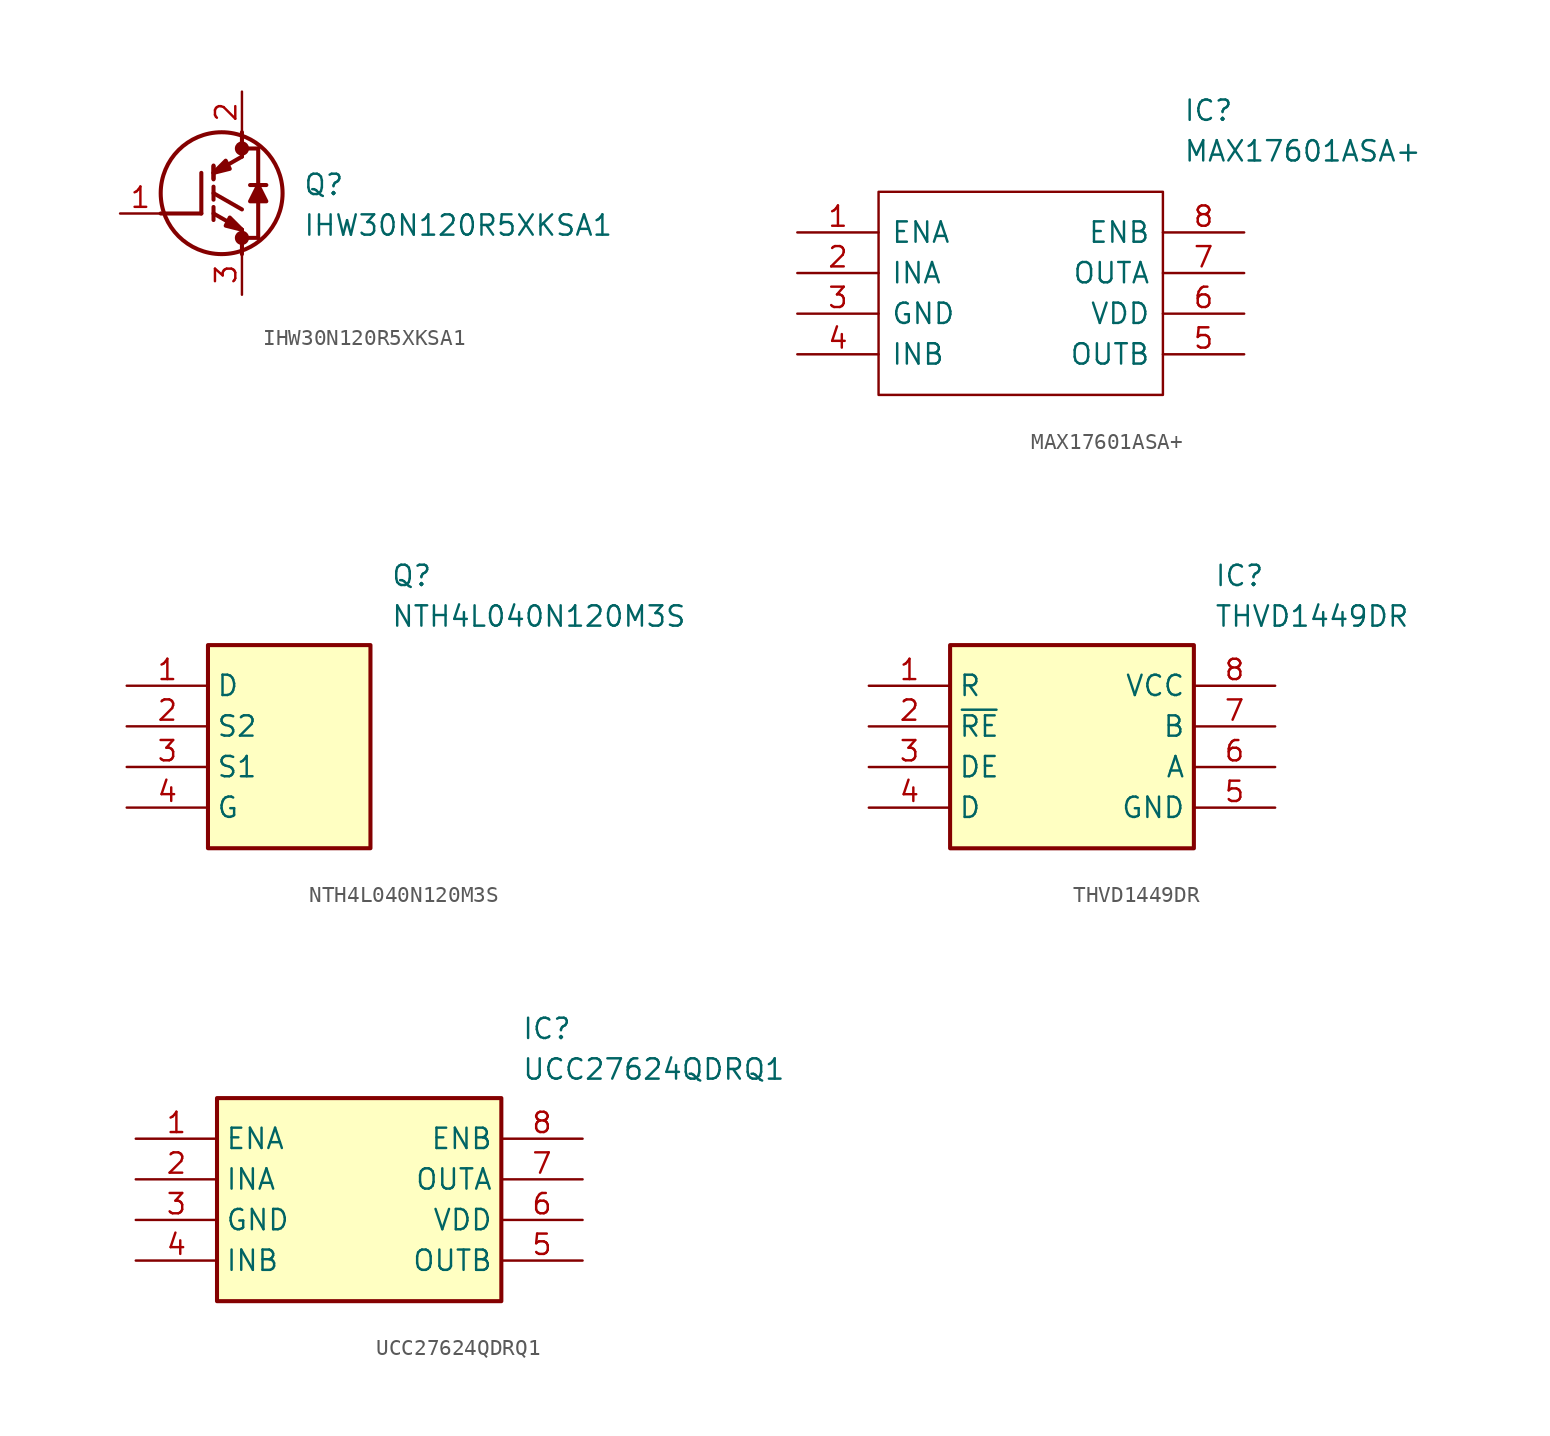
<source format=kicad_sym>
(kicad_symbol_lib
  (version 20220914)
  (generator kicad_symbol_editor)
  (symbol "IHW30N120R5XKSA1"
    (pin_names hide)
    (property "Reference" "Q"
      (at 11.43 2.54 0)
      (effects (font (size 1.27 1.27)) (justify left top)))
    (property "Value" "IHW30N120R5XKSA1"
      (at 11.43 0 0)
      (effects (font (size 1.27 1.27)) (justify left top)))
    (symbol "IHW30N120R5XKSA1_1_1"
      (polyline (pts (xy 2.54 0) (xy 5.08 0)) (stroke (width 0.254) (type default)) (fill (type none)))
      (polyline (pts (xy 5.08 2.54) (xy 5.08 0)) (stroke (width 0.254) (type default)) (fill (type none)))
      (polyline (pts (xy 5.842 -0.406) (xy 5.842 0.406)) (stroke (width 0.254) (type default)) (fill (type none)))
      (polyline (pts (xy 5.842 0) (xy 7.62 -1.016)) (stroke (width 0.254) (type default)) (fill (type none)))
      (polyline (pts (xy 5.842 0.864) (xy 5.842 1.676)) (stroke (width 0.254) (type default)) (fill (type none)))
      (polyline (pts (xy 5.842 1.27) (xy 7.62 0.254)) (stroke (width 0.254) (type default)) (fill (type none)))
      (polyline (pts (xy 5.842 2.134) (xy 5.842 2.946)) (stroke (width 0.254) (type default)) (fill (type none)))
      (polyline (pts (xy 5.842 2.184) (xy 5.842 2.997)) (stroke (width 0.254) (type default)) (fill (type none)))
      (polyline (pts (xy 7.62 -1.524) (xy 8.636 -1.524)) (stroke (width 0.254) (type default)) (fill (type none)))
      (polyline (pts (xy 7.62 -1.016) (xy 7.62 -2.54)) (stroke (width 0.254) (type default)) (fill (type none)))
      (polyline (pts (xy 7.62 3.556) (xy 5.842 2.54)) (stroke (width 0.254) (type default)) (fill (type none)))
      (polyline (pts (xy 7.62 3.556) (xy 7.62 5.08)) (stroke (width 0.254) (type default)) (fill (type none)))
      (polyline (pts (xy 7.62 4.064) (xy 8.636 4.064)) (stroke (width 0.254) (type default)) (fill (type none)))
      (polyline (pts (xy 8.128 1.778) (xy 9.144 1.778)) (stroke (width 0.254) (type default)) (fill (type none)))
      (polyline (pts (xy 8.636 0.762) (xy 8.636 -1.524)) (stroke (width 0.254) (type default)) (fill (type none)))
      (polyline (pts (xy 8.636 1.778) (xy 8.636 4.064)) (stroke (width 0.254) (type default)) (fill (type none)))
      (polyline (pts (xy 6.604 -0.762) (xy 6.858 -0.254) (xy 7.62 -1.016) (xy 6.604 -0.762)) (stroke (width 0.254) (type default)) (fill (type outline)))
      (polyline (pts (xy 6.858 2.794) (xy 6.604 3.302) (xy 5.842 2.54) (xy 6.858 2.794)) (stroke (width 0.254) (type default)) (fill (type outline)))
      (polyline (pts (xy 8.636 1.778) (xy 8.128 0.762) (xy 9.144 0.762) (xy 8.636 1.778)) (stroke (width 0.254) (type default)) (fill (type outline)))
      (circle (center 6.35 1.27) (radius 3.81) (stroke (width 0.254) (type default)) (fill (type none)))
      (circle (center 7.62 -1.524) (radius 0.254) (stroke (width 0.381) (type default)) (fill (type none)))
      (circle (center 7.62 4.064) (radius 0.254) (stroke (width 0.381) (type default)) (fill (type none)))
      (pin passive line (at 0 0 0) (length 2.54) (name "G" (effects (font (size 1.27 1.27)))) (number "1" (effects (font (size 1.27 1.27)))))
      (pin passive line (at 7.62 7.62 270) (length 2.54) (name "C" (effects (font (size 1.27 1.27)))) (number "2" (effects (font (size 1.27 1.27)))))
      (pin passive line (at 7.62 -5.08 90) (length 2.54) (name "E" (effects (font (size 1.27 1.27)))) (number "3" (effects (font (size 1.27 1.27)))))))
  (symbol "MAX17601ASA+"
    (pin_names
      (offset 0.762))
    (property "Reference" "IC"
      (at 24.13 7.62 0)
      (effects (font (size 1.27 1.27)) (justify left)))
    (property "Value" "MAX17601ASA+"
      (at 24.13 5.08 0)
      (effects (font (size 1.27 1.27)) (justify left)))
    (symbol "MAX17601ASA+_0_0"
      (pin input line (at 0 0 0) (length 5.08) (name "ENA" (effects (font (size 1.27 1.27)))) (number "1" (effects (font (size 1.27 1.27)))))
      (pin input line (at 0 -2.54 0) (length 5.08) (name "INA" (effects (font (size 1.27 1.27)))) (number "2" (effects (font (size 1.27 1.27)))))
      (pin power_in line (at 0 -5.08 0) (length 5.08) (name "GND" (effects (font (size 1.27 1.27)))) (number "3" (effects (font (size 1.27 1.27)))))
      (pin input line (at 0 -7.62 0) (length 5.08) (name "INB" (effects (font (size 1.27 1.27)))) (number "4" (effects (font (size 1.27 1.27)))))
      (pin bidirectional line (at 27.94 -7.62 180) (length 5.08) (name "OUTB" (effects (font (size 1.27 1.27)))) (number "5" (effects (font (size 1.27 1.27)))))
      (pin power_in line (at 27.94 -5.08 180) (length 5.08) (name "VDD" (effects (font (size 1.27 1.27)))) (number "6" (effects (font (size 1.27 1.27)))))
      (pin bidirectional line (at 27.94 -2.54 180) (length 5.08) (name "OUTA" (effects (font (size 1.27 1.27)))) (number "7" (effects (font (size 1.27 1.27)))))
      (pin input line (at 27.94 0 180) (length 5.08) (name "ENB" (effects (font (size 1.27 1.27)))) (number "8" (effects (font (size 1.27 1.27))))))
    (symbol "MAX17601ASA+_0_1"
      (polyline (pts (xy 5.08 2.54) (xy 22.86 2.54) (xy 22.86 -10.16) (xy 5.08 -10.16) (xy 5.08 2.54)) (stroke (width 0.152) (type solid)) (fill (type none)))))
  (symbol "NTH4L040N120M3S"
    (property "Reference" "Q"
      (at 16.51 7.62 0)
      (effects (font (size 1.27 1.27)) (justify left top)))
    (property "Value" "NTH4L040N120M3S"
      (at 16.51 5.08 0)
      (effects (font (size 1.27 1.27)) (justify left top)))
    (symbol "NTH4L040N120M3S_1_1"
      (rectangle (start 5.08 2.54) (end 15.24 -10.16) (stroke (width 0.254) (type default)) (fill (type background)))
      (pin passive line (at 0 0 0) (length 5.08) (name "D" (effects (font (size 1.27 1.27)))) (number "1" (effects (font (size 1.27 1.27)))))
      (pin passive line (at 0 -2.54 0) (length 5.08) (name "S2" (effects (font (size 1.27 1.27)))) (number "2" (effects (font (size 1.27 1.27)))))
      (pin passive line (at 0 -5.08 0) (length 5.08) (name "S1" (effects (font (size 1.27 1.27)))) (number "3" (effects (font (size 1.27 1.27)))))
      (pin passive line (at 0 -7.62 0) (length 5.08) (name "G" (effects (font (size 1.27 1.27)))) (number "4" (effects (font (size 1.27 1.27)))))))
  (symbol "THVD1449DR"
    (property "Reference" "IC"
      (at 21.59 7.62 0)
      (effects (font (size 1.27 1.27)) (justify left top)))
    (property "Value" "THVD1449DR"
      (at 21.59 5.08 0)
      (effects (font (size 1.27 1.27)) (justify left top)))
    (symbol "THVD1449DR_1_1"
      (rectangle (start 5.08 2.54) (end 20.32 -10.16) (stroke (width 0.254) (type default)) (fill (type background)))
      (pin passive line (at 0 0 0) (length 5.08) (name "R" (effects (font (size 1.27 1.27)))) (number "1" (effects (font (size 1.27 1.27)))))
      (pin passive line (at 0 -2.54 0) (length 5.08) (name "~{RE}" (effects (font (size 1.27 1.27)))) (number "2" (effects (font (size 1.27 1.27)))))
      (pin passive line (at 0 -5.08 0) (length 5.08) (name "DE" (effects (font (size 1.27 1.27)))) (number "3" (effects (font (size 1.27 1.27)))))
      (pin passive line (at 0 -7.62 0) (length 5.08) (name "D" (effects (font (size 1.27 1.27)))) (number "4" (effects (font (size 1.27 1.27)))))
      (pin passive line (at 25.4 -7.62 180) (length 5.08) (name "GND" (effects (font (size 1.27 1.27)))) (number "5" (effects (font (size 1.27 1.27)))))
      (pin passive line (at 25.4 -5.08 180) (length 5.08) (name "A" (effects (font (size 1.27 1.27)))) (number "6" (effects (font (size 1.27 1.27)))))
      (pin passive line (at 25.4 -2.54 180) (length 5.08) (name "B" (effects (font (size 1.27 1.27)))) (number "7" (effects (font (size 1.27 1.27)))))
      (pin passive line (at 25.4 0 180) (length 5.08) (name "VCC" (effects (font (size 1.27 1.27)))) (number "8" (effects (font (size 1.27 1.27)))))))
  (symbol "UCC27624QDRQ1"
    (property "Reference" "IC"
      (at 24.13 7.62 0)
      (effects (font (size 1.27 1.27)) (justify left top)))
    (property "Value" "UCC27624QDRQ1"
      (at 24.13 5.08 0)
      (effects (font (size 1.27 1.27)) (justify left top)))
    (symbol "UCC27624QDRQ1_1_1"
      (rectangle (start 5.08 2.54) (end 22.86 -10.16) (stroke (width 0.254) (type default)) (fill (type background)))
      (pin passive line (at 0 0 0) (length 5.08) (name "ENA" (effects (font (size 1.27 1.27)))) (number "1" (effects (font (size 1.27 1.27)))))
      (pin passive line (at 0 -2.54 0) (length 5.08) (name "INA" (effects (font (size 1.27 1.27)))) (number "2" (effects (font (size 1.27 1.27)))))
      (pin passive line (at 0 -5.08 0) (length 5.08) (name "GND" (effects (font (size 1.27 1.27)))) (number "3" (effects (font (size 1.27 1.27)))))
      (pin passive line (at 0 -7.62 0) (length 5.08) (name "INB" (effects (font (size 1.27 1.27)))) (number "4" (effects (font (size 1.27 1.27)))))
      (pin passive line (at 27.94 -7.62 180) (length 5.08) (name "OUTB" (effects (font (size 1.27 1.27)))) (number "5" (effects (font (size 1.27 1.27)))))
      (pin passive line (at 27.94 -5.08 180) (length 5.08) (name "VDD" (effects (font (size 1.27 1.27)))) (number "6" (effects (font (size 1.27 1.27)))))
      (pin passive line (at 27.94 -2.54 180) (length 5.08) (name "OUTA" (effects (font (size 1.27 1.27)))) (number "7" (effects (font (size 1.27 1.27)))))
      (pin passive line (at 27.94 0 180) (length 5.08) (name "ENB" (effects (font (size 1.27 1.27)))) (number "8" (effects (font (size 1.27 1.27))))))))
</source>
